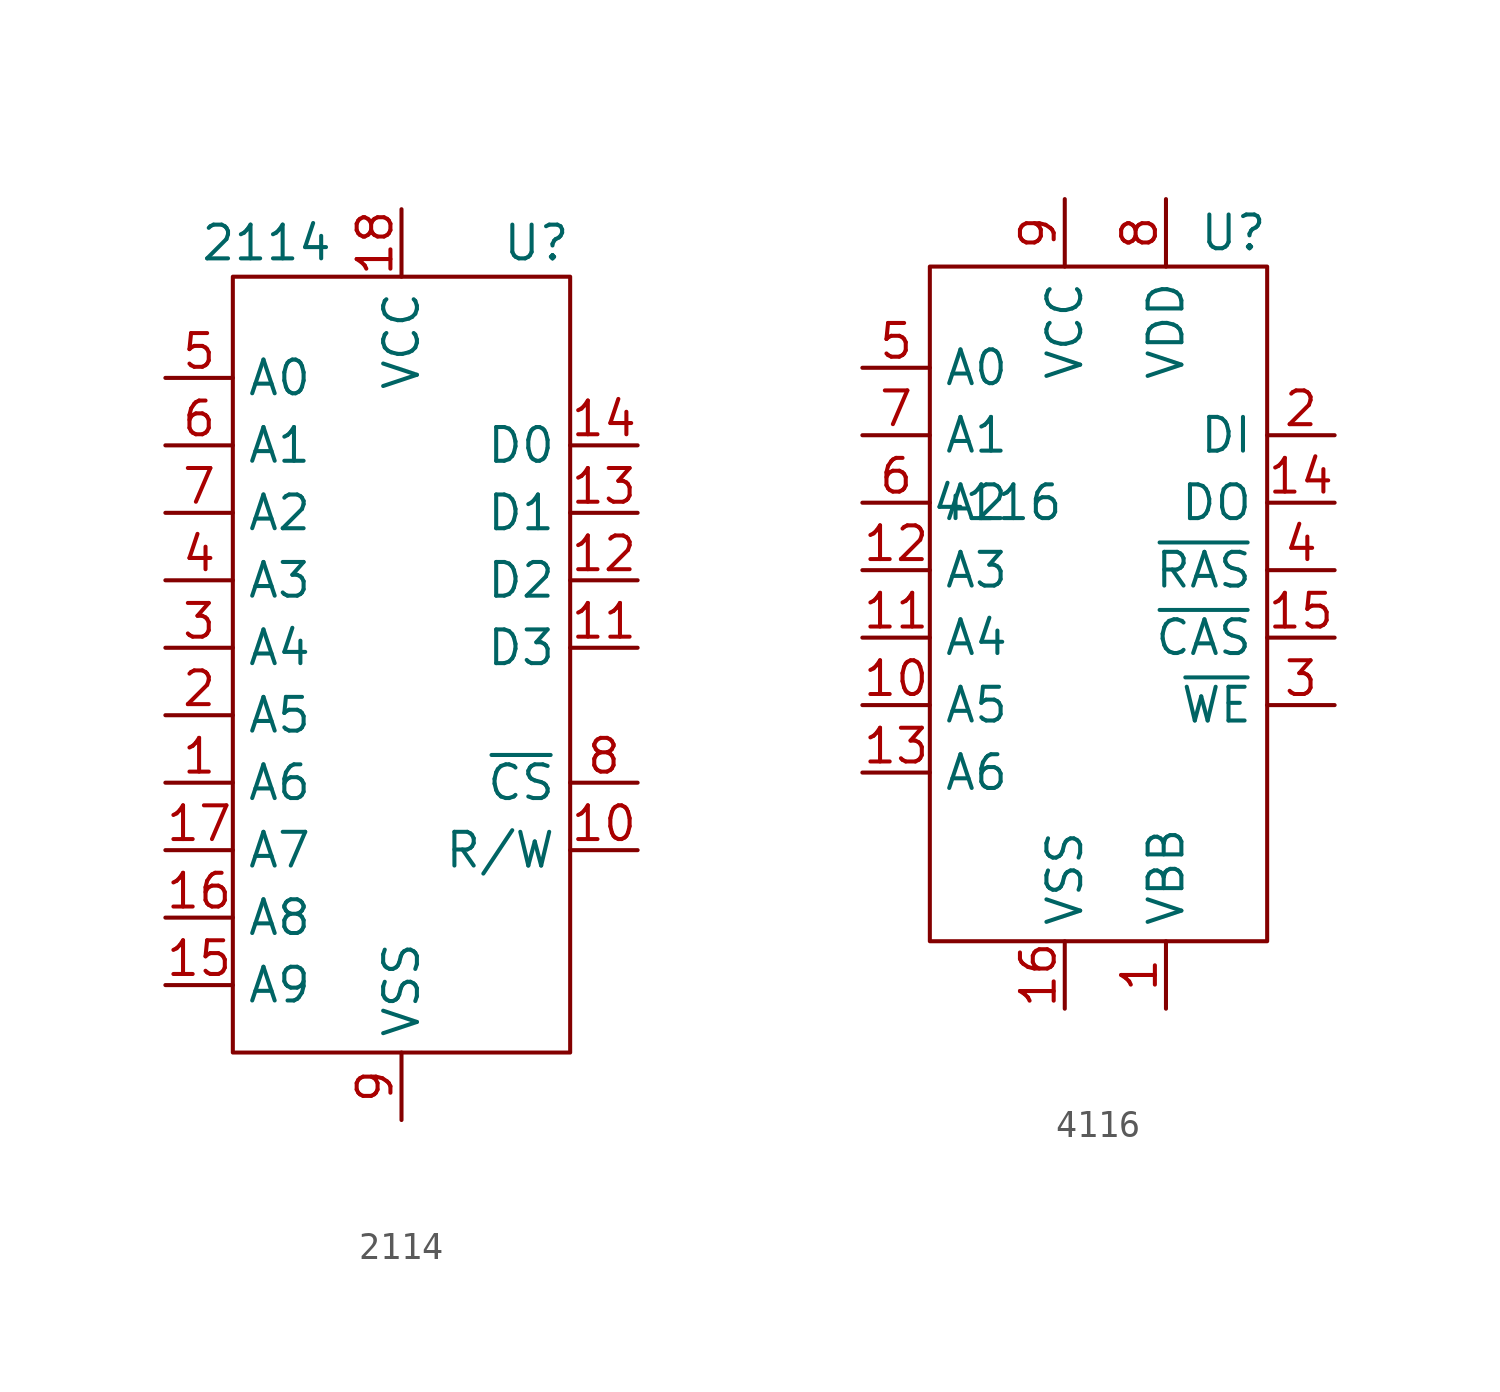
<source format=kicad_sym>
(kicad_symbol_lib
  (version 20220914)
  (generator kicad_symbol_editor)
  (symbol "2114"
    (property "Reference" "U"
      (at 8.89 10.16 0)
      (effects (font (size 1.27 1.27))))
    (property "Value" "2114"
      (at -1.27 10.16 0)
      (effects (font (size 1.27 1.27))))
    (symbol "2114_0_1"
      (rectangle (start -2.54 8.89) (end 10.16 -20.32) (stroke (width 0) (type default)) (fill (type none))))
    (symbol "2114_1_1"
      (pin input line (at -5.08 -10.16 0) (length 2.54) (name "A6" (effects (font (size 1.27 1.27)))) (number "1" (effects (font (size 1.27 1.27)))))
      (pin input line (at 12.7 -12.7 180) (length 2.54) (name "R/W" (effects (font (size 1.27 1.27)))) (number "10" (effects (font (size 1.27 1.27)))))
      (pin bidirectional line (at 12.7 -5.08 180) (length 2.54) (name "D3" (effects (font (size 1.27 1.27)))) (number "11" (effects (font (size 1.27 1.27)))))
      (pin bidirectional line (at 12.7 -2.54 180) (length 2.54) (name "D2" (effects (font (size 1.27 1.27)))) (number "12" (effects (font (size 1.27 1.27)))))
      (pin bidirectional line (at 12.7 0 180) (length 2.54) (name "D1" (effects (font (size 1.27 1.27)))) (number "13" (effects (font (size 1.27 1.27)))))
      (pin bidirectional line (at 12.7 2.54 180) (length 2.54) (name "D0" (effects (font (size 1.27 1.27)))) (number "14" (effects (font (size 1.27 1.27)))))
      (pin input line (at -5.08 -17.78 0) (length 2.54) (name "A9" (effects (font (size 1.27 1.27)))) (number "15" (effects (font (size 1.27 1.27)))))
      (pin input line (at -5.08 -15.24 0) (length 2.54) (name "A8" (effects (font (size 1.27 1.27)))) (number "16" (effects (font (size 1.27 1.27)))))
      (pin input line (at -5.08 -12.7 0) (length 2.54) (name "A7" (effects (font (size 1.27 1.27)))) (number "17" (effects (font (size 1.27 1.27)))))
      (pin power_in line (at 3.81 11.43 270) (length 2.54) (name "VCC" (effects (font (size 1.27 1.27)))) (number "18" (effects (font (size 1.27 1.27)))))
      (pin input line (at -5.08 -7.62 0) (length 2.54) (name "A5" (effects (font (size 1.27 1.27)))) (number "2" (effects (font (size 1.27 1.27)))))
      (pin input line (at -5.08 -5.08 0) (length 2.54) (name "A4" (effects (font (size 1.27 1.27)))) (number "3" (effects (font (size 1.27 1.27)))))
      (pin input line (at -5.08 -2.54 0) (length 2.54) (name "A3" (effects (font (size 1.27 1.27)))) (number "4" (effects (font (size 1.27 1.27)))))
      (pin input line (at -5.08 5.08 0) (length 2.54) (name "A0" (effects (font (size 1.27 1.27)))) (number "5" (effects (font (size 1.27 1.27)))))
      (pin input line (at -5.08 2.54 0) (length 2.54) (name "A1" (effects (font (size 1.27 1.27)))) (number "6" (effects (font (size 1.27 1.27)))))
      (pin input line (at -5.08 0 0) (length 2.54) (name "A2" (effects (font (size 1.27 1.27)))) (number "7" (effects (font (size 1.27 1.27)))))
      (pin input line (at 12.7 -10.16 180) (length 2.54) (name "~{CS}" (effects (font (size 1.27 1.27)))) (number "8" (effects (font (size 1.27 1.27)))))
      (pin power_in line (at 3.81 -22.86 90) (length 2.54) (name "VSS" (effects (font (size 1.27 1.27)))) (number "9" (effects (font (size 1.27 1.27)))))))
  (symbol "4116"
    (property "Reference" "U"
      (at 8.89 10.16 0)
      (effects (font (size 1.27 1.27))))
    (property "Value" "4116"
      (at 0 0 0)
      (effects (font (size 1.27 1.27))))
    (symbol "4116_0_1"
      (rectangle (start -2.54 8.89) (end 10.16 -16.51) (stroke (width 0) (type default)) (fill (type none))))
    (symbol "4116_1_1"
      (pin power_in line (at 6.35 -19.05 90) (length 2.54) (name "VBB" (effects (font (size 1.27 1.27)))) (number "1" (effects (font (size 1.27 1.27)))))
      (pin input line (at -5.08 -7.62 0) (length 2.54) (name "A5" (effects (font (size 1.27 1.27)))) (number "10" (effects (font (size 1.27 1.27)))))
      (pin input line (at -5.08 -5.08 0) (length 2.54) (name "A4" (effects (font (size 1.27 1.27)))) (number "11" (effects (font (size 1.27 1.27)))))
      (pin input line (at -5.08 -2.54 0) (length 2.54) (name "A3" (effects (font (size 1.27 1.27)))) (number "12" (effects (font (size 1.27 1.27)))))
      (pin input line (at -5.08 -10.16 0) (length 2.54) (name "A6" (effects (font (size 1.27 1.27)))) (number "13" (effects (font (size 1.27 1.27)))))
      (pin input line (at 12.7 0 180) (length 2.54) (name "DO" (effects (font (size 1.27 1.27)))) (number "14" (effects (font (size 1.27 1.27)))))
      (pin input line (at 12.7 -5.08 180) (length 2.54) (name "~{CAS}" (effects (font (size 1.27 1.27)))) (number "15" (effects (font (size 1.27 1.27)))))
      (pin power_in line (at 2.54 -19.05 90) (length 2.54) (name "VSS" (effects (font (size 1.27 1.27)))) (number "16" (effects (font (size 1.27 1.27)))))
      (pin input line (at 12.7 2.54 180) (length 2.54) (name "DI" (effects (font (size 1.27 1.27)))) (number "2" (effects (font (size 1.27 1.27)))))
      (pin input line (at 12.7 -7.62 180) (length 2.54) (name "~{WE}" (effects (font (size 1.27 1.27)))) (number "3" (effects (font (size 1.27 1.27)))))
      (pin input line (at 12.7 -2.54 180) (length 2.54) (name "~{RAS}" (effects (font (size 1.27 1.27)))) (number "4" (effects (font (size 1.27 1.27)))))
      (pin input line (at -5.08 5.08 0) (length 2.54) (name "A0" (effects (font (size 1.27 1.27)))) (number "5" (effects (font (size 1.27 1.27)))))
      (pin input line (at -5.08 0 0) (length 2.54) (name "A2" (effects (font (size 1.27 1.27)))) (number "6" (effects (font (size 1.27 1.27)))))
      (pin input line (at -5.08 2.54 0) (length 2.54) (name "A1" (effects (font (size 1.27 1.27)))) (number "7" (effects (font (size 1.27 1.27)))))
      (pin power_in line (at 6.35 11.43 270) (length 2.54) (name "VDD" (effects (font (size 1.27 1.27)))) (number "8" (effects (font (size 1.27 1.27)))))
      (pin power_in line (at 2.54 11.43 270) (length 2.54) (name "VCC" (effects (font (size 1.27 1.27)))) (number "9" (effects (font (size 1.27 1.27))))))))
</source>
